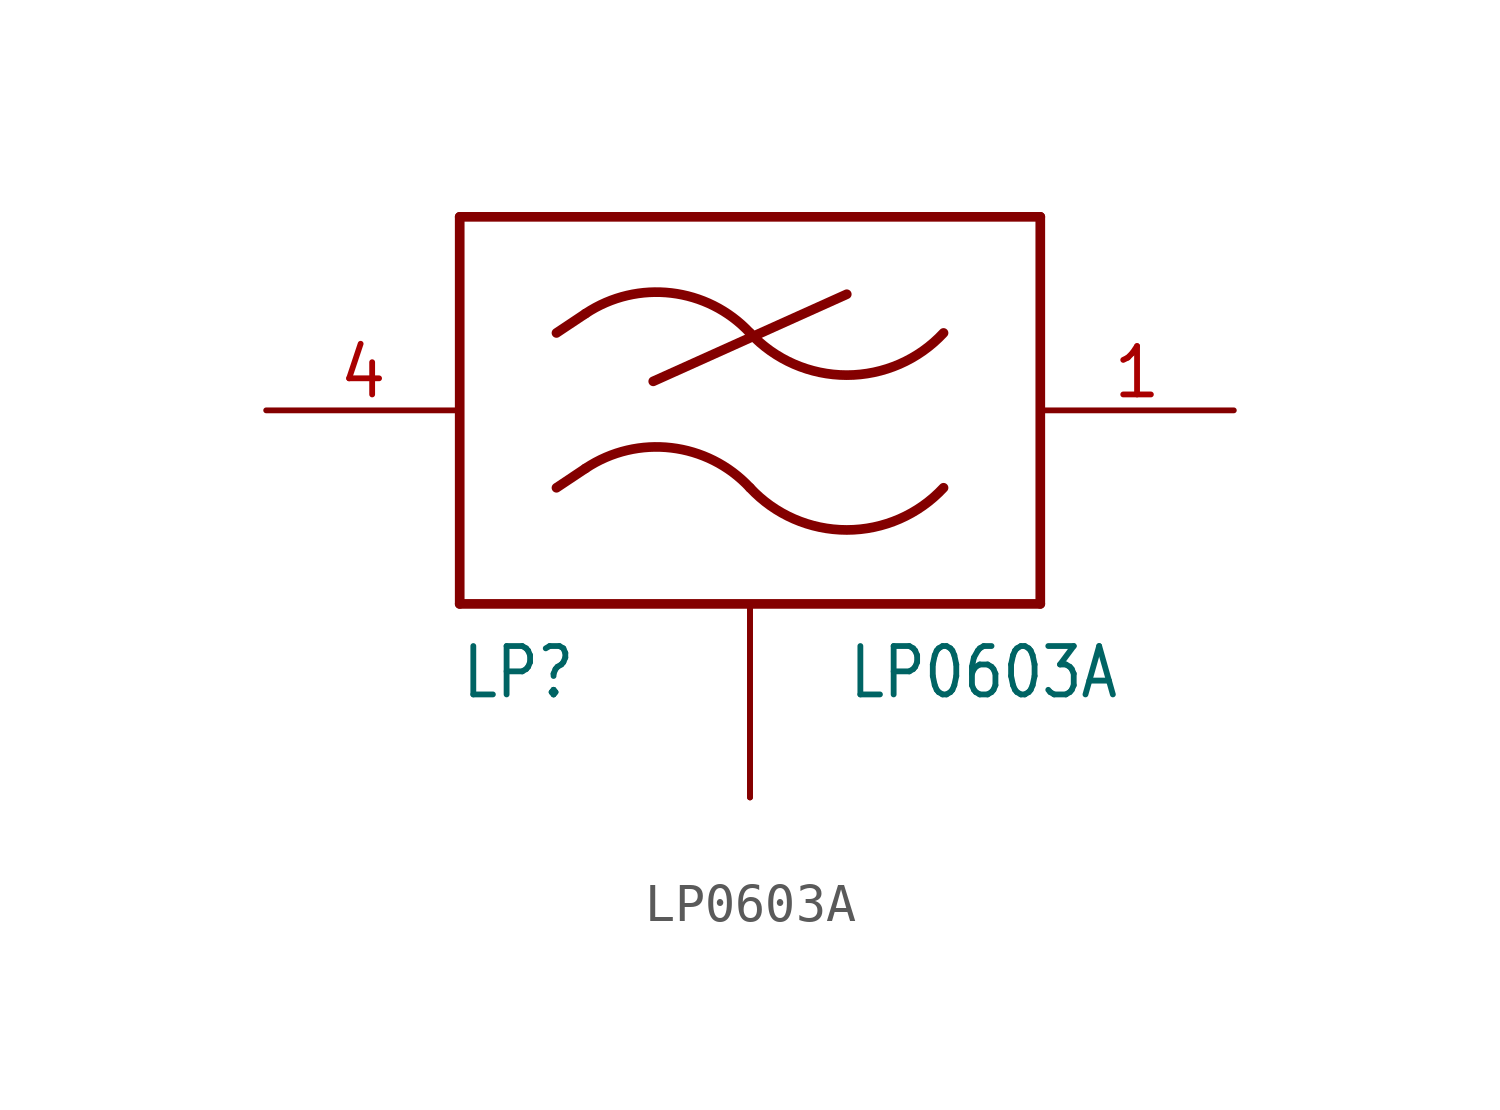
<source format=kicad_sym>
(kicad_symbol_lib
  (version 20201005)
  (generator kicad_symbol_editor)
  (symbol "LP0603A"
    (property "Reference" "LP"
      (at -7.62 -7.62 0)
      (effects (font (size 1.27 1.079)) (justify left bottom)))
    (property "Value" "LP0603A"
      (at 2.54 -7.62 0)
      (effects (font (size 1.27 1.079)) (justify left bottom)))
    (property "ki_locked" ""
      (at 0 0 0)
      (effects (font (size 1.27 1.27))))
    (symbol "LP0603A_1_0"
      (arc (start 0 -2.032) (end -4.318 -1.524) (radius (at -2.4574 -4.3148) (length 3.3541) (angles 42.9 123.7)) (stroke (width 0.254)) (fill (type none)))
      (arc (start 0 2.032) (end -4.318 2.54) (radius (at -2.4574 -0.2508) (length 3.3541) (angles 42.9 123.7)) (stroke (width 0.254)) (fill (type none)))
      (arc (start 0 -2.032) (end 5.08 -2.032) (radius (at 2.54 0.3275) (length 3.4668) (angles -137.1 -42.9)) (stroke (width 0.254)) (fill (type none)))
      (arc (start 0 2.032) (end 5.08 2.032) (radius (at 2.54 4.3915) (length 3.4668) (angles -137.1 -42.9)) (stroke (width 0.254)) (fill (type none)))
      (polyline (pts (xy -7.62 -5.08) (xy -7.62 5.08)) (stroke (width 0.254)) (fill (type none)))
      (polyline (pts (xy -7.62 5.08) (xy 7.62 5.08)) (stroke (width 0.254)) (fill (type none)))
      (polyline (pts (xy -5.08 -2.032) (xy -4.318 -1.524)) (stroke (width 0.254)) (fill (type none)))
      (polyline (pts (xy -5.08 2.032) (xy -4.318 2.54)) (stroke (width 0.254)) (fill (type none)))
      (polyline (pts (xy -2.54 0.762) (xy 2.54 3.048)) (stroke (width 0.254)) (fill (type none)))
      (polyline (pts (xy 7.62 -5.08) (xy -7.62 -5.08)) (stroke (width 0.254)) (fill (type none)))
      (polyline (pts (xy 7.62 5.08) (xy 7.62 -5.08)) (stroke (width 0.254)) (fill (type none)))
      (pin bidirectional line (at 12.7 0 180) (length 5.08) (name "OUT" (effects (font (size 0 0)))) (number "1" (effects (font (size 1.27 1.27)))))
      (pin bidirectional line (at 0 -10.16 90) (length 5.08) (name "GND" (effects (font (size 0 0)))) (number "2" (effects (font (size 0 0)))))
      (pin bidirectional line (at 0 -10.16 90) (length 5.08) (name "GND" (effects (font (size 0 0)))) (number "3" (effects (font (size 0 0)))))
      (pin bidirectional line (at -12.7 0 0) (length 5.08) (name "IN" (effects (font (size 0 0)))) (number "4" (effects (font (size 1.27 1.27))))))))
</source>
